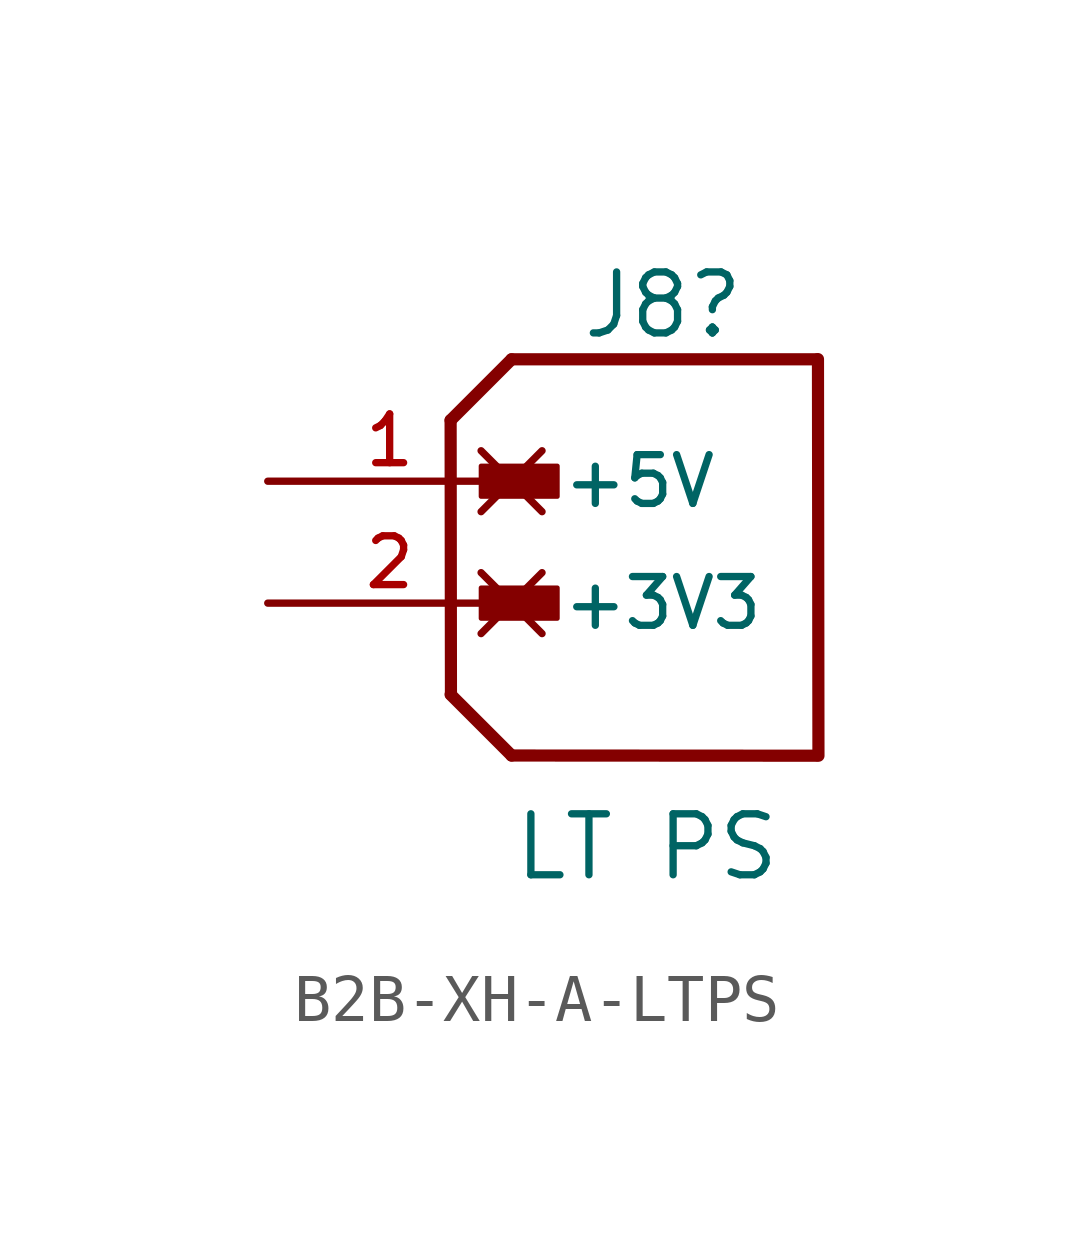
<source format=kicad_sym>
(kicad_symbol_lib
  (version 20241209)
  (generator "kicad_symbol_editor")
  (generator_version "9.0")
  (symbol "B2B-XH-A-LTPS"
    (pin_names
      (offset 1.016))
    (property "Reference" "J8"
      (at -1.117 6.21 0)
      (effects (font (size 1.27 1.27)) (justify left)))
    (property "Value" "LT PS"
      (at -2.54 -5.08 0)
      (effects (font (size 1.27 1.27)) (justify left)))
    (symbol "B2B-XH-A-LTPS_0_0"
      (polyline (pts (xy -3.81 3.81) (xy -3.803 -1.903)) (stroke (width 0.254) (type default)) (fill (type none)))
      (polyline (pts (xy -3.81 3.81) (xy -2.54 5.08)) (stroke (width 0.254) (type default)) (fill (type none)))
      (polyline (pts (xy -3.81 -1.905) (xy -2.54 -3.175)) (stroke (width 0.254) (type default)) (fill (type none)))
      (rectangle (start -3.175 2.223) (end -1.587 2.857) (stroke (width 0.1) (type default)) (fill (type outline)))
      (rectangle (start -3.175 -0.318) (end -1.587 0.318) (stroke (width 0.1) (type default)) (fill (type outline)))
      (polyline (pts (xy -2.54 -3.175) (xy 3.802 -3.179)) (stroke (width 0.254) (type default)) (fill (type none)))
      (polyline (pts (xy 3.81 5.08) (xy -2.54 5.08)) (stroke (width 0.254) (type default)) (fill (type none)))
      (polyline (pts (xy 3.854 -3.179) (xy 3.844 5.084)) (stroke (width 0.254) (type default)) (fill (type none))))
    (symbol "B2B-XH-A-LTPS_1_0"
      (pin power_out non_logic (at -7.62 2.54 0) (length 5.08) (name "+5V" (effects (font (size 1.016 1.016)))) (number "1" (effects (font (size 1.016 1.016)))))
      (pin power_out non_logic (at -7.62 0 0) (length 5.08) (name "+3V3" (effects (font (size 1.016 1.016)))) (number "2" (effects (font (size 1.016 1.016))))))))
</source>
